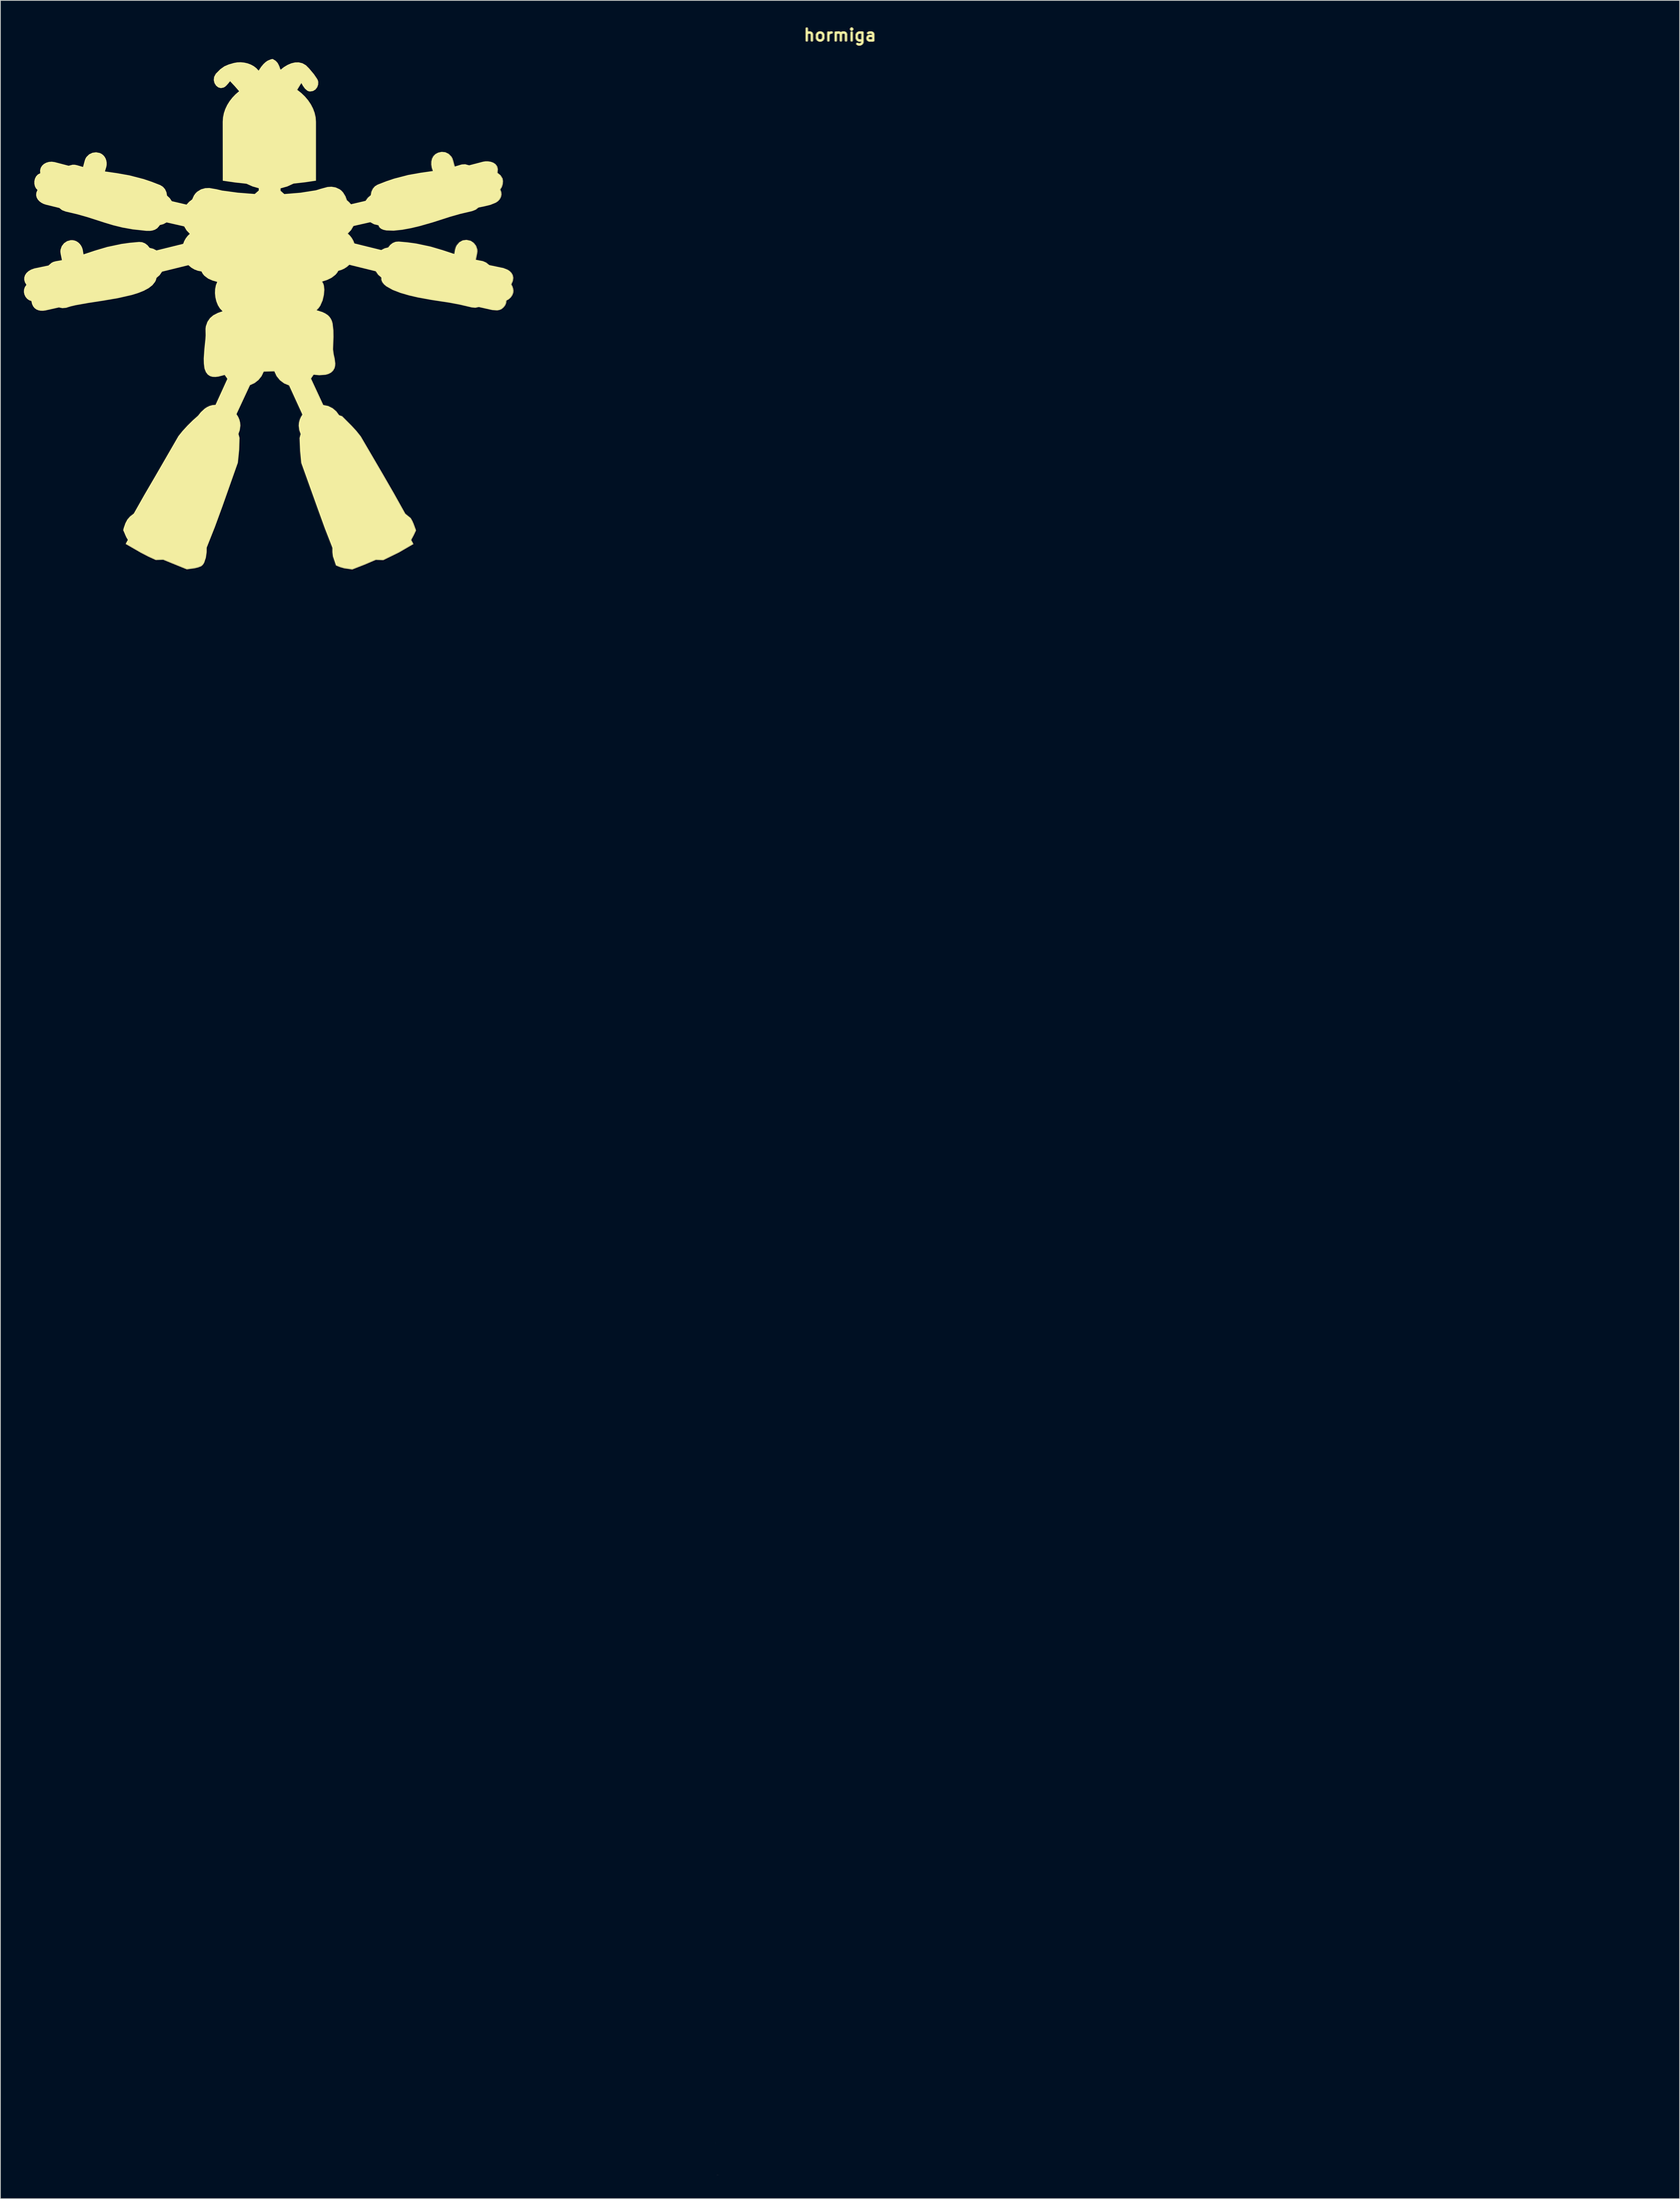
<source format=kicad_pcb>
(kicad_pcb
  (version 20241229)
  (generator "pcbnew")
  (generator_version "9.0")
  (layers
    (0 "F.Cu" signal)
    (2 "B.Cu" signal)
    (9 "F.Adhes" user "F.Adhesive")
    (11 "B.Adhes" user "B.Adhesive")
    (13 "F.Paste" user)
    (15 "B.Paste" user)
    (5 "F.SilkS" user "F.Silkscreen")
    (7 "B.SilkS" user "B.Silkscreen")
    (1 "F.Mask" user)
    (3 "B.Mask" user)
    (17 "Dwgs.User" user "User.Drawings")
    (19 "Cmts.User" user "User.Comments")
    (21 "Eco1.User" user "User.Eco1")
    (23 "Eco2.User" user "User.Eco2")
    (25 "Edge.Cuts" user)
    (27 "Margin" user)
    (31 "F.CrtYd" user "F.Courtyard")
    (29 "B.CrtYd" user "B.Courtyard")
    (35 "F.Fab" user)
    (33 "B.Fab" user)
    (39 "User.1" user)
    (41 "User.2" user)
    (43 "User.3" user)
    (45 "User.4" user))
  (footprint "hormiga"
    (layer "F.Cu")
    (at 104.254 139.554)
    (property "Reference" "hormiga" (at 0 -138.128 0) (layer "F.SilkS") (effects (font (size 1.524 1.524) (thickness 0.305))))
    (attr smd)
    (fp_poly (pts (xy 79.172 -4.686) (xy 79.144 -4.665) (xy 79.062 -4.612) (xy 79.172 -4.686)) (stroke (width 0) (type solid)) (fill yes) (layer "F.SilkS"))
    (fp_poly (pts (xy 83.377 28.499) (xy 83.421 28.525) (xy 83.462 28.552) (xy 83.377 28.499)) (stroke (width 0) (type solid)) (fill yes) (layer "F.SilkS"))
    (fp_poly (pts (xy -15.879 130.971) (xy -15.993 130.979) (xy -15.936 130.972) (xy -15.879 130.972) (xy -15.879 130.971)) (stroke (width 0) (type solid)) (fill yes) (layer "F.SilkS"))
    (fp_poly (pts (xy -15.532 135.068) (xy -15.706 135.08) (xy -15.711 135.07) (xy -15.532 135.067) (xy -15.532 135.068)) (stroke (width 0) (type solid)) (fill yes) (layer "F.SilkS"))
    (fp_poly (pts (xy 22.794 -52.262) (xy 22.799 -52.261) (xy 22.819 -52.259) (xy 22.802 -52.26) (xy 22.794 -52.262)) (stroke (width 0) (type solid)) (fill yes) (layer "F.SilkS"))
    (fp_poly (pts (xy 23.331 -56.347) (xy 23.369 -56.342) (xy 23.364 -56.343) (xy 23.331 -56.348) (xy 23.331 -56.347)) (stroke (width 0) (type solid)) (fill yes) (layer "F.SilkS"))
    (fp_poly (pts (xy 104.253 -12.462) (xy 104.253 -12.459) (xy 104.253 -12.456) (xy 104.253 -12.461) (xy 104.253 -12.462)) (stroke (width 0) (type solid)) (fill yes) (layer "F.SilkS"))
    (fp_poly (pts (xy -74.275 -133.589) (xy -74.553 -133.9) (xy -74.889 -134.161) (xy -75.273 -134.369) (xy -75.691 -134.523) (xy -76.129 -134.621) (xy -76.577 -134.662) (xy -77.02 -134.643) (xy -77.447 -134.565) (xy -78.109 -134.372) (xy -78.656 -134.134) (xy -79.173 -133.767) (xy -79.747 -133.189) (xy -79.958 -132.792) (xy -80.005 -132.384) (xy -79.915 -132) (xy -79.715 -131.678) (xy -79.434 -131.451) (xy -79.097 -131.355) (xy -78.733 -131.427) (xy -78.548 -131.536) (xy -78.368 -131.701) (xy -78.131 -131.966) (xy -77.922 -132.236) (xy -77.324 -131.601) (xy -76.767 -130.96) (xy -77.22 -130.573) (xy -77.627 -130.148) (xy -77.985 -129.691) (xy -78.288 -129.206) (xy -78.532 -128.696) (xy -78.712 -128.164) (xy -78.823 -127.617) (xy -78.861 -127.056) (xy -78.852 -119.539) (xy -77.288 -119.312) (xy -75.823 -119.151) (xy -75.064 -118.812) (xy -74.256 -118.578) (xy -74.261 -118.284) (xy -74.77 -117.843) (xy -76.918 -118.012) (xy -78.942 -118.284) (xy -79.645 -118.451) (xy -80.565 -118.61) (xy -81.089 -118.589) (xy -81.631 -118.435) (xy -82.135 -118.126) (xy -82.354 -117.905) (xy -82.542 -117.637) (xy -82.765 -117.149) (xy -83.152 -116.85) (xy -83.48 -116.489) (xy -85.359 -116.927) (xy -85.624 -117.317) (xy -85.968 -117.638) (xy -86.049 -118.077) (xy -86.227 -118.46) (xy -86.493 -118.766) (xy -86.834 -118.977) (xy -87.944 -119.41) (xy -88.959 -119.752) (xy -90.765 -120.22) (xy -92.371 -120.504) (xy -93.898 -120.723) (xy -93.861 -120.854) (xy -93.725 -121.295) (xy -93.682 -121.546) (xy -93.679 -121.837) (xy -93.726 -122.119) (xy -93.819 -122.382) (xy -93.957 -122.618) (xy -94.133 -122.816) (xy -94.34 -122.97) (xy -94.563 -123.078) (xy -95.031 -123.169) (xy -95.495 -123.107) (xy -95.924 -122.902) (xy -96.27 -122.563) (xy -96.397 -122.346) (xy -96.485 -122.098) (xy -96.701 -121.294) (xy -97.467 -121.518) (xy -97.751 -121.577) (xy -98.029 -121.58) (xy -98.542 -121.45) (xy -100.33 -121.917) (xy -100.7 -121.966) (xy -101.061 -121.938) (xy -101.398 -121.84) (xy -101.695 -121.677) (xy -101.936 -121.454) (xy -102.105 -121.179) (xy -102.187 -120.857) (xy -102.165 -120.494) (xy -102.472 -120.332) (xy -102.698 -120.092) (xy -102.845 -119.797) (xy -102.918 -119.473) (xy -102.919 -119.143) (xy -102.851 -118.831) (xy -102.717 -118.562) (xy -102.52 -118.36) (xy -102.663 -118.017) (xy -102.694 -117.696) (xy -102.628 -117.402) (xy -102.483 -117.138) (xy -102.275 -116.91) (xy -102.021 -116.721) (xy -101.737 -116.576) (xy -101.441 -116.479) (xy -99.733 -116.058) (xy -99.381 -115.78) (xy -98.933 -115.606) (xy -97.412 -115.248) (xy -96.124 -114.883) (xy -93.915 -114.173) (xy -92.83 -113.847) (xy -91.662 -113.56) (xy -90.34 -113.324) (xy -88.794 -113.156) (xy -88.757 -113.151) (xy -88.594 -113.135) (xy -88.14 -113.133) (xy -87.849 -113.175) (xy -87.53 -113.276) (xy -87.219 -113.466) (xy -86.953 -113.772) (xy -86.899 -113.868) (xy -86.443 -113.991) (xy -86.026 -114.214) (xy -83.791 -113.708) (xy -83.48 -113.192) (xy -83.067 -112.761) (xy -83.343 -112.491) (xy -83.58 -112.185) (xy -83.771 -111.846) (xy -83.915 -111.479) (xy -87.314 -110.64) (xy -87.735 -110.854) (xy -88.194 -110.97) (xy -88.462 -111.302) (xy -88.785 -111.546) (xy -89.148 -111.691) (xy -89.533 -111.724) (xy -90.72 -111.617) (xy -91.781 -111.47) (xy -93.606 -111.085) (xy -95.171 -110.622) (xy -96.635 -110.137) (xy -96.66 -110.271) (xy -96.735 -110.727) (xy -96.808 -110.971) (xy -96.935 -111.232) (xy -97.103 -111.464) (xy -97.304 -111.658) (xy -97.532 -111.808) (xy -97.779 -111.907) (xy -98.032 -111.953) (xy -98.281 -111.95) (xy -98.74 -111.822) (xy -99.127 -111.56) (xy -99.42 -111.186) (xy -99.579 -110.728) (xy -99.596 -110.477) (xy -99.564 -110.215) (xy -99.398 -109.4) (xy -100.184 -109.259) (xy -100.465 -109.185) (xy -100.715 -109.064) (xy -101.116 -108.718) (xy -102.924 -108.34) (xy -103.331 -108.193) (xy -103.667 -107.995) (xy -103.928 -107.755) (xy -104.109 -107.482) (xy -104.205 -107.186) (xy -104.211 -106.875) (xy -104.122 -106.56) (xy -103.933 -106.248) (xy -104.134 -105.957) (xy -104.238 -105.642) (xy -104.254 -105.319) (xy -104.188 -105.005) (xy -104.052 -104.717) (xy -103.852 -104.472) (xy -103.599 -104.287) (xy -103.3 -104.179) (xy -103.22 -103.813) (xy -103.085 -103.515) (xy -102.9 -103.282) (xy -102.674 -103.112) (xy -102.414 -103) (xy -102.125 -102.942) (xy -101.817 -102.935) (xy -101.495 -102.976) (xy -99.779 -103.36) (xy -99.339 -103.269) (xy -98.861 -103.312) (xy -98.3 -103.489) (xy -97.623 -103.648) (xy -96.004 -103.935) (xy -94.165 -104.217) (xy -92.267 -104.54) (xy -90.472 -104.948) (xy -89.663 -105.198) (xy -88.94 -105.486) (xy -88.324 -105.818) (xy -87.834 -106.198) (xy -87.49 -106.634) (xy -87.379 -106.874) (xy -87.313 -107.13) (xy -86.908 -107.482) (xy -86.605 -107.925) (xy -83.24 -108.753) (xy -82.882 -108.448) (xy -82.479 -108.21) (xy -82.042 -108.044) (xy -81.578 -107.954) (xy -81.42 -107.663) (xy -81.221 -107.418) (xy -80.73 -107.045) (xy -80.16 -106.794) (xy -79.564 -106.624) (xy -79.735 -106.193) (xy -79.83 -105.703) (xy -79.85 -105.179) (xy -79.797 -104.644) (xy -79.673 -104.124) (xy -79.48 -103.642) (xy -79.22 -103.224) (xy -78.896 -102.893) (xy -78.873 -102.876) (xy -79.476 -102.668) (xy -80.067 -102.362) (xy -80.482 -102.007) (xy -80.811 -101.533) (xy -81.015 -100.959) (xy -81.058 -100.641) (xy -81.054 -100.304) (xy -81.043 -99.805) (xy -81.076 -99.265) (xy -81.2 -98.091) (xy -81.285 -96.837) (xy -81.269 -96.199) (xy -81.191 -95.561) (xy -81.017 -95.11) (xy -80.779 -94.796) (xy -80.488 -94.599) (xy -80.155 -94.502) (xy -79.79 -94.486) (xy -79.404 -94.532) (xy -78.611 -94.738) (xy -78.268 -94.247) (xy -79.781 -90.928) (xy -80.176 -90.896) (xy -80.539 -90.796) (xy -80.869 -90.64) (xy -81.166 -90.445) (xy -81.658 -89.99) (xy -82.012 -89.547) (xy -82.668 -88.965) (xy -83.363 -88.28) (xy -84.008 -87.577) (xy -84.518 -86.941) (xy -87.446 -81.877) (xy -88.882 -79.418) (xy -90.22 -77.051) (xy -90.701 -76.68) (xy -91.04 -76.29) (xy -91.293 -75.813) (xy -91.513 -75.18) (xy -91.572 -74.917) (xy -91.46 -74.675) (xy -91.286 -74.257) (xy -91.158 -73.984) (xy -90.977 -73.695) (xy -91.262 -73.172) (xy -89.327 -72.056) (xy -88.364 -71.558) (xy -87.408 -71.119) (xy -86.454 -71.153) (xy -84.899 -70.519) (xy -83.445 -69.928) (xy -82.44 -70.064) (xy -81.999 -70.172) (xy -81.597 -70.327) (xy -81.389 -70.51) (xy -81.224 -70.767) (xy -81.007 -71.42) (xy -80.91 -72.117) (xy -80.902 -72.693) (xy -79.855 -75.33) (xy -78.895 -77.951) (xy -76.948 -83.464) (xy -76.927 -83.521) (xy -76.917 -83.582) (xy -76.755 -85.2) (xy -76.711 -86.708) (xy -76.846 -87.214) (xy -76.675 -87.706) (xy -76.601 -88.285) (xy -76.636 -88.686) (xy -76.735 -89.064) (xy -76.891 -89.415) (xy -77.095 -89.736) (xy -75.372 -93.435) (xy -74.786 -93.703) (xy -74.285 -94.094) (xy -73.888 -94.588) (xy -73.613 -95.167) (xy -72.273 -95.206) (xy -71.986 -94.591) (xy -71.562 -94.07) (xy -71.023 -93.667) (xy -70.393 -93.405) (xy -68.689 -89.682) (xy -68.882 -89.367) (xy -69.029 -89.024) (xy -69.123 -88.657) (xy -69.156 -88.268) (xy -69.082 -87.688) (xy -68.911 -87.196) (xy -69.046 -86.691) (xy -68.979 -85.053) (xy -68.83 -83.504) (xy -66.797 -77.84) (xy -65.823 -75.154) (xy -64.855 -72.676) (xy -64.852 -72.11) (xy -64.788 -71.581) (xy -64.401 -70.429) (xy -63.874 -70.213) (xy -63.351 -70.062) (xy -62.312 -69.911) (xy -60.729 -70.527) (xy -59.303 -71.136) (xy -58.348 -71.102) (xy -56.352 -72.077) (xy -54.494 -73.155) (xy -54.78 -73.677) (xy -54.454 -74.281) (xy -54.165 -74.899) (xy -54.468 -75.729) (xy -54.64 -76.118) (xy -54.849 -76.482) (xy -55.537 -77.034) (xy -56.992 -79.636) (xy -58.461 -82.179) (xy -61.224 -86.902) (xy -61.789 -87.611) (xy -62.392 -88.265) (xy -63.602 -89.478) (xy -63.989 -89.612) (xy -64.353 -90.106) (xy -64.822 -90.505) (xy -65.381 -90.783) (xy -66.015 -90.913) (xy -67.578 -94.278) (xy -67.245 -94.773) (xy -66.52 -94.706) (xy -65.733 -94.761) (xy -65.363 -94.863) (xy -65.034 -95.029) (xy -64.765 -95.272) (xy -64.573 -95.602) (xy -64.497 -95.908) (xy -64.479 -96.212) (xy -64.557 -96.819) (xy -64.69 -97.419) (xy -64.765 -98.012) (xy -64.708 -99.6) (xy -64.721 -100.438) (xy -64.819 -101.299) (xy -64.905 -101.618) (xy -65.039 -101.907) (xy -65.212 -102.161) (xy -65.416 -102.371) (xy -65.758 -102.603) (xy -66.12 -102.774) (xy -66.863 -103.012) (xy -66.607 -103.269) (xy -66.395 -103.57) (xy -66.094 -104.256) (xy -65.93 -104.974) (xy -65.877 -105.627) (xy -65.931 -106.146) (xy -66.017 -106.41) (xy -66.157 -106.665) (xy -65.542 -106.857) (xy -64.958 -107.138) (xy -64.456 -107.525) (xy -64.251 -107.764) (xy -64.085 -108.036) (xy -63.694 -108.148) (xy -63.327 -108.316) (xy -62.988 -108.536) (xy -62.684 -108.806) (xy -59.318 -107.978) (xy -59.015 -107.536) (xy -58.607 -107.184) (xy -58.6 -106.874) (xy -58.482 -106.584) (xy -58.266 -106.311) (xy -57.964 -106.057) (xy -57.154 -105.601) (xy -56.15 -105.214) (xy -55.052 -104.895) (xy -53.959 -104.64) (xy -52.19 -104.318) (xy -49.896 -103.969) (xy -48.58 -103.721) (xy -47.058 -103.364) (xy -46.58 -103.32) (xy -46.141 -103.412) (xy -44.425 -103.027) (xy -43.803 -102.982) (xy -43.516 -103.032) (xy -43.248 -103.138) (xy -42.977 -103.369) (xy -42.778 -103.625) (xy -42.657 -103.91) (xy -42.62 -104.231) (xy -42.31 -104.403) (xy -42.053 -104.642) (xy -41.861 -104.927) (xy -41.744 -105.235) (xy -41.721 -105.504) (xy -41.766 -105.791) (xy -41.86 -106.065) (xy -41.987 -106.299) (xy -41.792 -106.749) (xy -41.74 -107.142) (xy -41.807 -107.481) (xy -41.965 -107.766) (xy -42.189 -107.998) (xy -42.453 -108.178) (xy -42.995 -108.391) (xy -44.804 -108.77) (xy -45.206 -109.095) (xy -45.614 -109.272) (xy -46.522 -109.451) (xy -46.356 -110.267) (xy -46.324 -110.528) (xy -46.341 -110.779) (xy -46.5 -111.237) (xy -46.793 -111.611) (xy -47.18 -111.874) (xy -47.722 -111.989) (xy -48.218 -111.919) (xy -48.646 -111.678) (xy -48.984 -111.284) (xy -49.109 -111.012) (xy -49.188 -110.734) (xy -49.285 -110.189) (xy -50.749 -110.674) (xy -52.314 -111.136) (xy -54.139 -111.522) (xy -55.2 -111.668) (xy -56.387 -111.776) (xy -56.772 -111.742) (xy -57.135 -111.598) (xy -57.459 -111.353) (xy -57.726 -111.021) (xy -58.185 -110.906) (xy -58.606 -110.691) (xy -62.037 -111.538) (xy -62.18 -111.897) (xy -62.371 -112.228) (xy -62.604 -112.528) (xy -62.876 -112.793) (xy -62.461 -113.231) (xy -62.149 -113.755) (xy -60.007 -114.239) (xy -59.521 -113.977) (xy -58.981 -113.851) (xy -58.856 -113.595) (xy -58.635 -113.403) (xy -58.329 -113.27) (xy -57.95 -113.188) (xy -57.021 -113.159) (xy -55.942 -113.271) (xy -54.807 -113.479) (xy -53.709 -113.738) (xy -52.005 -114.225) (xy -49.796 -114.935) (xy -48.508 -115.3) (xy -46.986 -115.658) (xy -46.539 -115.832) (xy -46.187 -116.11) (xy -45.436 -116.264) (xy -44.661 -116.452) (xy -43.971 -116.73) (xy -43.692 -116.92) (xy -43.475 -117.154) (xy -43.311 -117.468) (xy -43.249 -117.787) (xy -43.282 -118.104) (xy -43.4 -118.412) (xy -43.202 -118.729) (xy -43.087 -119.109) (xy -43.056 -119.491) (xy -43.11 -119.817) (xy -43.368 -120.235) (xy -43.755 -120.546) (xy -43.712 -121.018) (xy -43.809 -121.385) (xy -44.015 -121.658) (xy -44.299 -121.848) (xy -44.63 -121.963) (xy -44.976 -122.015) (xy -45.307 -122.014) (xy -45.59 -121.969) (xy -47.378 -121.502) (xy -47.882 -121.641) (xy -48.326 -121.614) (xy -49.219 -121.347) (xy -49.435 -122.151) (xy -49.522 -122.401) (xy -49.649 -122.622) (xy -49.994 -122.971) (xy -50.423 -123.178) (xy -50.888 -123.222) (xy -51.333 -123.126) (xy -51.684 -122.942) (xy -51.946 -122.683) (xy -52.12 -122.365) (xy -52.212 -122) (xy -52.223 -121.604) (xy -52.159 -121.191) (xy -52.021 -120.775) (xy -53.549 -120.557) (xy -55.155 -120.273) (xy -56.961 -119.805) (xy -57.976 -119.463) (xy -59.086 -119.03) (xy -59.428 -118.819) (xy -59.693 -118.511) (xy -59.872 -118.128) (xy -59.952 -117.688) (xy -60.328 -117.366) (xy -60.616 -116.967) (xy -62.475 -116.533) (xy -62.719 -116.812) (xy -62.998 -117.056) (xy -63.179 -117.551) (xy -63.471 -118.028) (xy -63.682 -118.262) (xy -63.917 -118.447) (xy -64.434 -118.685) (xy -64.968 -118.772) (xy -65.468 -118.738) (xy -66.315 -118.51) (xy -66.937 -118.318) (xy -68.924 -118.006) (xy -70.991 -117.836) (xy -71.471 -118.261) (xy -71.47 -118.559) (xy -70.608 -118.801) (xy -69.808 -119.168) (xy -68.347 -119.334) (xy -66.945 -119.54) (xy -66.945 -127.057) (xy -66.988 -127.631) (xy -67.116 -128.198) (xy -67.321 -128.753) (xy -67.6 -129.291) (xy -67.947 -129.804) (xy -68.355 -130.288) (xy -68.821 -130.736) (xy -69.338 -131.142) (xy -68.817 -131.996) (xy -68.611 -131.636) (xy -68.363 -131.295) (xy -68.067 -131.036) (xy -67.899 -130.958) (xy -67.716 -130.923) (xy -67.328 -130.979) (xy -67.016 -131.168) (xy -66.793 -131.454) (xy -66.668 -131.8) (xy -66.655 -132.152) (xy -66.701 -132.343) (xy -66.797 -132.537) (xy -67.2 -133.13) (xy -67.819 -133.869) (xy -68.229 -134.28) (xy -68.674 -134.533) (xy -69.143 -134.647) (xy -69.625 -134.637) (xy -70.109 -134.521) (xy -70.586 -134.316) (xy -71.044 -134.039) (xy -71.472 -133.706) (xy -71.648 -134.198) (xy -71.835 -134.567) (xy -72.091 -134.848) (xy -72.476 -135.08) (xy -72.718 -135.03) (xy -73.125 -134.861) (xy -73.378 -134.687) (xy -73.657 -134.429) (xy -73.958 -134.069) (xy -74.275 -133.59) (xy -74.275 -133.59) (xy -74.275 -133.589)) (stroke (width 0) (type solid)) (fill yes) (layer "F.SilkS")))
  (gr_rect
    (start -3 -3)
    (end 211.507 277.634)
    (stroke (width 0.1) (type default))
    (fill no)
    (layer "Edge.Cuts")))
</source>
